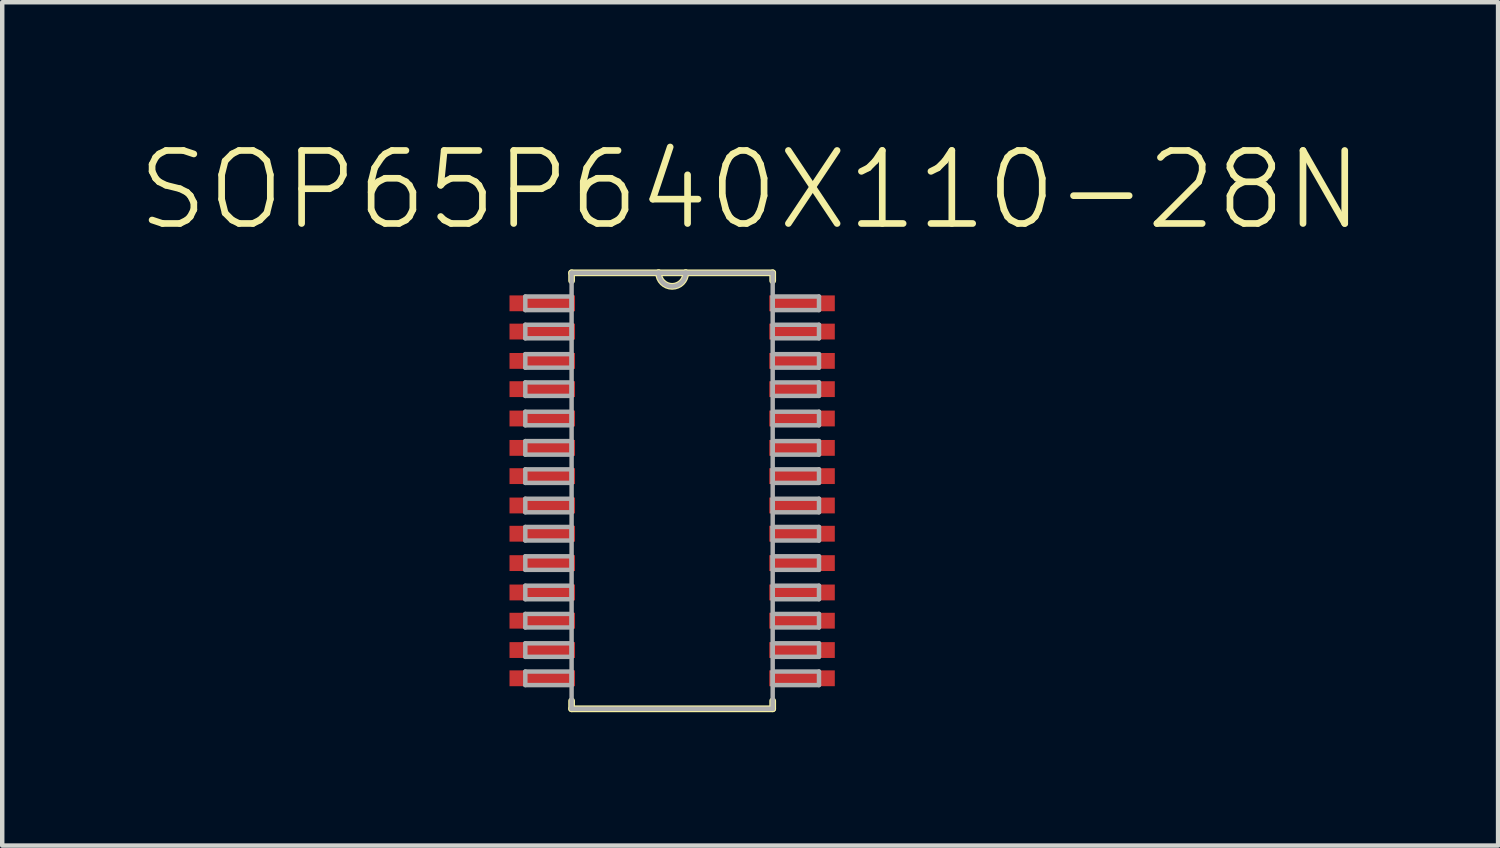
<source format=kicad_pcb>
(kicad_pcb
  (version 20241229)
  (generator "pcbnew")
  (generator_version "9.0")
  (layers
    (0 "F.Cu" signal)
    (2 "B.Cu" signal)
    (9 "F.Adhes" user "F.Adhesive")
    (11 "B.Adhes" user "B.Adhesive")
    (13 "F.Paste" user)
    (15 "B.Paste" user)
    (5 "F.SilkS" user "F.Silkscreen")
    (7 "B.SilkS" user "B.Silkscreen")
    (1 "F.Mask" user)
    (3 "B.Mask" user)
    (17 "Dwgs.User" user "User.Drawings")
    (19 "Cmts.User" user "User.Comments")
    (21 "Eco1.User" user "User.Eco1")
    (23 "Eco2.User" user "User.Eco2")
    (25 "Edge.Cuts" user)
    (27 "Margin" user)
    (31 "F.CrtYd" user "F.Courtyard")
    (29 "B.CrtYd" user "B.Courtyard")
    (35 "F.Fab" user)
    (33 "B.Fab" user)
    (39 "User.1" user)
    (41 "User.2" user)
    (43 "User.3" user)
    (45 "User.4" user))
  (footprint "SOP65P640X110-28N"
    (layer "F.Cu")
    (at 12.065 7.987)
    (property "Reference" "SOP65P640X110-28N" (at 1.754 -6.763 0) (layer "F.SilkS") (effects (font (size 1.642 1.642) (thickness 0.15))))
    (attr smd)
    (fp_line (start -2.261 -4.902) (end -2.261 -4.724) (stroke (width 0.152) (type solid)) (layer "F.SilkS"))
    (fp_line (start -2.261 4.724) (end -2.261 4.902) (stroke (width 0.152) (type solid)) (layer "F.SilkS"))
    (fp_line (start -2.261 4.902) (end 2.261 4.902) (stroke (width 0.152) (type solid)) (layer "F.SilkS"))
    (fp_line (start -0.305 -4.902) (end -2.261 -4.902) (stroke (width 0.152) (type solid)) (layer "F.SilkS"))
    (fp_line (start 0.305 -4.902) (end -0.305 -4.902) (stroke (width 0.152) (type solid)) (layer "F.SilkS"))
    (fp_line (start 2.261 -4.902) (end 0.305 -4.902) (stroke (width 0.152) (type solid)) (layer "F.SilkS"))
    (fp_line (start 2.261 -4.724) (end 2.261 -4.902) (stroke (width 0.152) (type solid)) (layer "F.SilkS"))
    (fp_line (start 2.261 4.902) (end 2.261 4.724) (stroke (width 0.152) (type solid)) (layer "F.SilkS"))
    (fp_arc (start 0.3048 -4.9022) (mid 0 -4.5974) (end -0.3048 -4.9022) (stroke (width 0.1524) (type solid)) (layer "F.SilkS"))
    (fp_line (start -3.302 -4.369) (end -3.302 -4.064) (stroke (width 0.1) (type solid)) (layer "F.Fab"))
    (fp_line (start -3.302 -4.064) (end -2.261 -4.064) (stroke (width 0.1) (type solid)) (layer "F.Fab"))
    (fp_line (start -3.302 -3.734) (end -3.302 -3.429) (stroke (width 0.1) (type solid)) (layer "F.Fab"))
    (fp_line (start -3.302 -3.429) (end -2.261 -3.429) (stroke (width 0.1) (type solid)) (layer "F.Fab"))
    (fp_line (start -3.302 -3.073) (end -3.302 -2.769) (stroke (width 0.1) (type solid)) (layer "F.Fab"))
    (fp_line (start -3.302 -2.769) (end -2.261 -2.769) (stroke (width 0.1) (type solid)) (layer "F.Fab"))
    (fp_line (start -3.302 -2.438) (end -3.302 -2.134) (stroke (width 0.1) (type solid)) (layer "F.Fab"))
    (fp_line (start -3.302 -2.134) (end -2.261 -2.134) (stroke (width 0.1) (type solid)) (layer "F.Fab"))
    (fp_line (start -3.302 -1.778) (end -3.302 -1.473) (stroke (width 0.1) (type solid)) (layer "F.Fab"))
    (fp_line (start -3.302 -1.473) (end -2.261 -1.473) (stroke (width 0.1) (type solid)) (layer "F.Fab"))
    (fp_line (start -3.302 -1.118) (end -3.302 -0.813) (stroke (width 0.1) (type solid)) (layer "F.Fab"))
    (fp_line (start -3.302 -0.813) (end -2.261 -0.813) (stroke (width 0.1) (type solid)) (layer "F.Fab"))
    (fp_line (start -3.302 -0.483) (end -3.302 -0.178) (stroke (width 0.1) (type solid)) (layer "F.Fab"))
    (fp_line (start -3.302 -0.178) (end -2.261 -0.178) (stroke (width 0.1) (type solid)) (layer "F.Fab"))
    (fp_line (start -3.302 0.178) (end -3.302 0.483) (stroke (width 0.1) (type solid)) (layer "F.Fab"))
    (fp_line (start -3.302 0.483) (end -2.261 0.483) (stroke (width 0.1) (type solid)) (layer "F.Fab"))
    (fp_line (start -3.302 0.813) (end -3.302 1.118) (stroke (width 0.1) (type solid)) (layer "F.Fab"))
    (fp_line (start -3.302 1.118) (end -2.261 1.118) (stroke (width 0.1) (type solid)) (layer "F.Fab"))
    (fp_line (start -3.302 1.473) (end -3.302 1.778) (stroke (width 0.1) (type solid)) (layer "F.Fab"))
    (fp_line (start -3.302 1.778) (end -2.261 1.778) (stroke (width 0.1) (type solid)) (layer "F.Fab"))
    (fp_line (start -3.302 2.134) (end -3.302 2.438) (stroke (width 0.1) (type solid)) (layer "F.Fab"))
    (fp_line (start -3.302 2.438) (end -2.261 2.438) (stroke (width 0.1) (type solid)) (layer "F.Fab"))
    (fp_line (start -3.302 2.769) (end -3.302 3.073) (stroke (width 0.1) (type solid)) (layer "F.Fab"))
    (fp_line (start -3.302 3.073) (end -2.261 3.073) (stroke (width 0.1) (type solid)) (layer "F.Fab"))
    (fp_line (start -3.302 3.429) (end -3.302 3.734) (stroke (width 0.1) (type solid)) (layer "F.Fab"))
    (fp_line (start -3.302 3.734) (end -2.261 3.734) (stroke (width 0.1) (type solid)) (layer "F.Fab"))
    (fp_line (start -3.302 4.064) (end -3.302 4.369) (stroke (width 0.1) (type solid)) (layer "F.Fab"))
    (fp_line (start -3.302 4.369) (end -2.261 4.369) (stroke (width 0.1) (type solid)) (layer "F.Fab"))
    (fp_line (start -2.261 -4.902) (end -2.261 4.902) (stroke (width 0.1) (type solid)) (layer "F.Fab"))
    (fp_line (start -2.261 -4.369) (end -3.302 -4.369) (stroke (width 0.1) (type solid)) (layer "F.Fab"))
    (fp_line (start -2.261 -4.064) (end -2.261 -4.369) (stroke (width 0.1) (type solid)) (layer "F.Fab"))
    (fp_line (start -2.261 -3.734) (end -3.302 -3.734) (stroke (width 0.1) (type solid)) (layer "F.Fab"))
    (fp_line (start -2.261 -3.429) (end -2.261 -3.734) (stroke (width 0.1) (type solid)) (layer "F.Fab"))
    (fp_line (start -2.261 -3.073) (end -3.302 -3.073) (stroke (width 0.1) (type solid)) (layer "F.Fab"))
    (fp_line (start -2.261 -2.769) (end -2.261 -3.073) (stroke (width 0.1) (type solid)) (layer "F.Fab"))
    (fp_line (start -2.261 -2.438) (end -3.302 -2.438) (stroke (width 0.1) (type solid)) (layer "F.Fab"))
    (fp_line (start -2.261 -2.134) (end -2.261 -2.438) (stroke (width 0.1) (type solid)) (layer "F.Fab"))
    (fp_line (start -2.261 -1.778) (end -3.302 -1.778) (stroke (width 0.1) (type solid)) (layer "F.Fab"))
    (fp_line (start -2.261 -1.473) (end -2.261 -1.778) (stroke (width 0.1) (type solid)) (layer "F.Fab"))
    (fp_line (start -2.261 -1.118) (end -3.302 -1.118) (stroke (width 0.1) (type solid)) (layer "F.Fab"))
    (fp_line (start -2.261 -0.813) (end -2.261 -1.118) (stroke (width 0.1) (type solid)) (layer "F.Fab"))
    (fp_line (start -2.261 -0.483) (end -3.302 -0.483) (stroke (width 0.1) (type solid)) (layer "F.Fab"))
    (fp_line (start -2.261 -0.178) (end -2.261 -0.483) (stroke (width 0.1) (type solid)) (layer "F.Fab"))
    (fp_line (start -2.261 0.178) (end -3.302 0.178) (stroke (width 0.1) (type solid)) (layer "F.Fab"))
    (fp_line (start -2.261 0.483) (end -2.261 0.178) (stroke (width 0.1) (type solid)) (layer "F.Fab"))
    (fp_line (start -2.261 0.813) (end -3.302 0.813) (stroke (width 0.1) (type solid)) (layer "F.Fab"))
    (fp_line (start -2.261 1.118) (end -2.261 0.813) (stroke (width 0.1) (type solid)) (layer "F.Fab"))
    (fp_line (start -2.261 1.473) (end -3.302 1.473) (stroke (width 0.1) (type solid)) (layer "F.Fab"))
    (fp_line (start -2.261 1.778) (end -2.261 1.473) (stroke (width 0.1) (type solid)) (layer "F.Fab"))
    (fp_line (start -2.261 2.134) (end -3.302 2.134) (stroke (width 0.1) (type solid)) (layer "F.Fab"))
    (fp_line (start -2.261 2.438) (end -2.261 2.134) (stroke (width 0.1) (type solid)) (layer "F.Fab"))
    (fp_line (start -2.261 2.769) (end -3.302 2.769) (stroke (width 0.1) (type solid)) (layer "F.Fab"))
    (fp_line (start -2.261 3.073) (end -2.261 2.769) (stroke (width 0.1) (type solid)) (layer "F.Fab"))
    (fp_line (start -2.261 3.429) (end -3.302 3.429) (stroke (width 0.1) (type solid)) (layer "F.Fab"))
    (fp_line (start -2.261 3.734) (end -2.261 3.429) (stroke (width 0.1) (type solid)) (layer "F.Fab"))
    (fp_line (start -2.261 4.064) (end -3.302 4.064) (stroke (width 0.1) (type solid)) (layer "F.Fab"))
    (fp_line (start -2.261 4.369) (end -2.261 4.064) (stroke (width 0.1) (type solid)) (layer "F.Fab"))
    (fp_line (start -2.261 4.902) (end 2.261 4.902) (stroke (width 0.1) (type solid)) (layer "F.Fab"))
    (fp_line (start -0.305 -4.902) (end -2.261 -4.902) (stroke (width 0.1) (type solid)) (layer "F.Fab"))
    (fp_line (start 0.305 -4.902) (end -0.305 -4.902) (stroke (width 0.1) (type solid)) (layer "F.Fab"))
    (fp_line (start 2.261 -4.902) (end 0.305 -4.902) (stroke (width 0.1) (type solid)) (layer "F.Fab"))
    (fp_line (start 2.261 -4.369) (end 2.261 -4.064) (stroke (width 0.1) (type solid)) (layer "F.Fab"))
    (fp_line (start 2.261 -4.064) (end 3.302 -4.064) (stroke (width 0.1) (type solid)) (layer "F.Fab"))
    (fp_line (start 2.261 -3.734) (end 2.261 -3.429) (stroke (width 0.1) (type solid)) (layer "F.Fab"))
    (fp_line (start 2.261 -3.429) (end 3.302 -3.429) (stroke (width 0.1) (type solid)) (layer "F.Fab"))
    (fp_line (start 2.261 -3.073) (end 2.261 -2.769) (stroke (width 0.1) (type solid)) (layer "F.Fab"))
    (fp_line (start 2.261 -2.769) (end 3.302 -2.769) (stroke (width 0.1) (type solid)) (layer "F.Fab"))
    (fp_line (start 2.261 -2.438) (end 2.261 -2.134) (stroke (width 0.1) (type solid)) (layer "F.Fab"))
    (fp_line (start 2.261 -2.134) (end 3.302 -2.134) (stroke (width 0.1) (type solid)) (layer "F.Fab"))
    (fp_line (start 2.261 -1.778) (end 2.261 -1.473) (stroke (width 0.1) (type solid)) (layer "F.Fab"))
    (fp_line (start 2.261 -1.473) (end 3.302 -1.473) (stroke (width 0.1) (type solid)) (layer "F.Fab"))
    (fp_line (start 2.261 -1.118) (end 2.261 -0.813) (stroke (width 0.1) (type solid)) (layer "F.Fab"))
    (fp_line (start 2.261 -0.813) (end 3.302 -0.813) (stroke (width 0.1) (type solid)) (layer "F.Fab"))
    (fp_line (start 2.261 -0.483) (end 2.261 -0.178) (stroke (width 0.1) (type solid)) (layer "F.Fab"))
    (fp_line (start 2.261 -0.178) (end 3.302 -0.178) (stroke (width 0.1) (type solid)) (layer "F.Fab"))
    (fp_line (start 2.261 0.178) (end 2.261 0.483) (stroke (width 0.1) (type solid)) (layer "F.Fab"))
    (fp_line (start 2.261 0.483) (end 3.302 0.483) (stroke (width 0.1) (type solid)) (layer "F.Fab"))
    (fp_line (start 2.261 0.813) (end 2.261 1.118) (stroke (width 0.1) (type solid)) (layer "F.Fab"))
    (fp_line (start 2.261 1.118) (end 3.302 1.118) (stroke (width 0.1) (type solid)) (layer "F.Fab"))
    (fp_line (start 2.261 1.473) (end 2.261 1.778) (stroke (width 0.1) (type solid)) (layer "F.Fab"))
    (fp_line (start 2.261 1.778) (end 3.302 1.778) (stroke (width 0.1) (type solid)) (layer "F.Fab"))
    (fp_line (start 2.261 2.134) (end 2.261 2.438) (stroke (width 0.1) (type solid)) (layer "F.Fab"))
    (fp_line (start 2.261 2.438) (end 3.302 2.438) (stroke (width 0.1) (type solid)) (layer "F.Fab"))
    (fp_line (start 2.261 2.769) (end 2.261 3.073) (stroke (width 0.1) (type solid)) (layer "F.Fab"))
    (fp_line (start 2.261 3.073) (end 3.302 3.073) (stroke (width 0.1) (type solid)) (layer "F.Fab"))
    (fp_line (start 2.261 3.429) (end 2.261 3.734) (stroke (width 0.1) (type solid)) (layer "F.Fab"))
    (fp_line (start 2.261 3.734) (end 3.302 3.734) (stroke (width 0.1) (type solid)) (layer "F.Fab"))
    (fp_line (start 2.261 4.064) (end 2.261 4.369) (stroke (width 0.1) (type solid)) (layer "F.Fab"))
    (fp_line (start 2.261 4.369) (end 3.302 4.369) (stroke (width 0.1) (type solid)) (layer "F.Fab"))
    (fp_line (start 2.261 4.902) (end 2.261 -4.902) (stroke (width 0.1) (type solid)) (layer "F.Fab"))
    (fp_line (start 3.302 -4.369) (end 2.261 -4.369) (stroke (width 0.1) (type solid)) (layer "F.Fab"))
    (fp_line (start 3.302 -4.064) (end 3.302 -4.369) (stroke (width 0.1) (type solid)) (layer "F.Fab"))
    (fp_line (start 3.302 -3.734) (end 2.261 -3.734) (stroke (width 0.1) (type solid)) (layer "F.Fab"))
    (fp_line (start 3.302 -3.429) (end 3.302 -3.734) (stroke (width 0.1) (type solid)) (layer "F.Fab"))
    (fp_line (start 3.302 -3.073) (end 2.261 -3.073) (stroke (width 0.1) (type solid)) (layer "F.Fab"))
    (fp_line (start 3.302 -2.769) (end 3.302 -3.073) (stroke (width 0.1) (type solid)) (layer "F.Fab"))
    (fp_line (start 3.302 -2.438) (end 2.261 -2.438) (stroke (width 0.1) (type solid)) (layer "F.Fab"))
    (fp_line (start 3.302 -2.134) (end 3.302 -2.438) (stroke (width 0.1) (type solid)) (layer "F.Fab"))
    (fp_line (start 3.302 -1.778) (end 2.261 -1.778) (stroke (width 0.1) (type solid)) (layer "F.Fab"))
    (fp_line (start 3.302 -1.473) (end 3.302 -1.778) (stroke (width 0.1) (type solid)) (layer "F.Fab"))
    (fp_line (start 3.302 -1.118) (end 2.261 -1.118) (stroke (width 0.1) (type solid)) (layer "F.Fab"))
    (fp_line (start 3.302 -0.813) (end 3.302 -1.118) (stroke (width 0.1) (type solid)) (layer "F.Fab"))
    (fp_line (start 3.302 -0.483) (end 2.261 -0.483) (stroke (width 0.1) (type solid)) (layer "F.Fab"))
    (fp_line (start 3.302 -0.178) (end 3.302 -0.483) (stroke (width 0.1) (type solid)) (layer "F.Fab"))
    (fp_line (start 3.302 0.178) (end 2.261 0.178) (stroke (width 0.1) (type solid)) (layer "F.Fab"))
    (fp_line (start 3.302 0.483) (end 3.302 0.178) (stroke (width 0.1) (type solid)) (layer "F.Fab"))
    (fp_line (start 3.302 0.813) (end 2.261 0.813) (stroke (width 0.1) (type solid)) (layer "F.Fab"))
    (fp_line (start 3.302 1.118) (end 3.302 0.813) (stroke (width 0.1) (type solid)) (layer "F.Fab"))
    (fp_line (start 3.302 1.473) (end 2.261 1.473) (stroke (width 0.1) (type solid)) (layer "F.Fab"))
    (fp_line (start 3.302 1.778) (end 3.302 1.473) (stroke (width 0.1) (type solid)) (layer "F.Fab"))
    (fp_line (start 3.302 2.134) (end 2.261 2.134) (stroke (width 0.1) (type solid)) (layer "F.Fab"))
    (fp_line (start 3.302 2.438) (end 3.302 2.134) (stroke (width 0.1) (type solid)) (layer "F.Fab"))
    (fp_line (start 3.302 2.769) (end 2.261 2.769) (stroke (width 0.1) (type solid)) (layer "F.Fab"))
    (fp_line (start 3.302 3.073) (end 3.302 2.769) (stroke (width 0.1) (type solid)) (layer "F.Fab"))
    (fp_line (start 3.302 3.429) (end 2.261 3.429) (stroke (width 0.1) (type solid)) (layer "F.Fab"))
    (fp_line (start 3.302 3.734) (end 3.302 3.429) (stroke (width 0.1) (type solid)) (layer "F.Fab"))
    (fp_line (start 3.302 4.064) (end 2.261 4.064) (stroke (width 0.1) (type solid)) (layer "F.Fab"))
    (fp_line (start 3.302 4.369) (end 3.302 4.064) (stroke (width 0.1) (type solid)) (layer "F.Fab"))
    (fp_arc (start 0.3048 -4.9022) (mid 0 -4.5974) (end -0.3048 -4.9022) (stroke (width 0.1) (type solid)) (layer "F.Fab"))
    (pad "1" smd rect (at -2.921 -4.216) (size 1.473 0.356) (layers "F.Cu" "F.Mask" "F.Paste"))
    (pad "2" smd rect (at -2.921 -3.581) (size 1.473 0.356) (layers "F.Cu" "F.Mask" "F.Paste"))
    (pad "3" smd rect (at -2.921 -2.921) (size 1.473 0.356) (layers "F.Cu" "F.Mask" "F.Paste"))
    (pad "4" smd rect (at -2.921 -2.286) (size 1.473 0.356) (layers "F.Cu" "F.Mask" "F.Paste"))
    (pad "5" smd rect (at -2.921 -1.626) (size 1.473 0.356) (layers "F.Cu" "F.Mask" "F.Paste"))
    (pad "6" smd rect (at -2.921 -0.965) (size 1.473 0.356) (layers "F.Cu" "F.Mask" "F.Paste"))
    (pad "7" smd rect (at -2.921 -0.33) (size 1.473 0.356) (layers "F.Cu" "F.Mask" "F.Paste"))
    (pad "8" smd rect (at -2.921 0.33) (size 1.473 0.356) (layers "F.Cu" "F.Mask" "F.Paste"))
    (pad "9" smd rect (at -2.921 0.965) (size 1.473 0.356) (layers "F.Cu" "F.Mask" "F.Paste"))
    (pad "10" smd rect (at -2.921 1.626) (size 1.473 0.356) (layers "F.Cu" "F.Mask" "F.Paste"))
    (pad "11" smd rect (at -2.921 2.286) (size 1.473 0.356) (layers "F.Cu" "F.Mask" "F.Paste"))
    (pad "12" smd rect (at -2.921 2.921) (size 1.473 0.356) (layers "F.Cu" "F.Mask" "F.Paste"))
    (pad "13" smd rect (at -2.921 3.581) (size 1.473 0.356) (layers "F.Cu" "F.Mask" "F.Paste"))
    (pad "14" smd rect (at -2.921 4.216) (size 1.473 0.356) (layers "F.Cu" "F.Mask" "F.Paste"))
    (pad "15" smd rect (at 2.921 4.216) (size 1.473 0.356) (layers "F.Cu" "F.Mask" "F.Paste"))
    (pad "16" smd rect (at 2.921 3.581) (size 1.473 0.356) (layers "F.Cu" "F.Mask" "F.Paste"))
    (pad "17" smd rect (at 2.921 2.921) (size 1.473 0.356) (layers "F.Cu" "F.Mask" "F.Paste"))
    (pad "18" smd rect (at 2.921 2.286) (size 1.473 0.356) (layers "F.Cu" "F.Mask" "F.Paste"))
    (pad "19" smd rect (at 2.921 1.626) (size 1.473 0.356) (layers "F.Cu" "F.Mask" "F.Paste"))
    (pad "20" smd rect (at 2.921 0.965) (size 1.473 0.356) (layers "F.Cu" "F.Mask" "F.Paste"))
    (pad "21" smd rect (at 2.921 0.33) (size 1.473 0.356) (layers "F.Cu" "F.Mask" "F.Paste"))
    (pad "22" smd rect (at 2.921 -0.33) (size 1.473 0.356) (layers "F.Cu" "F.Mask" "F.Paste"))
    (pad "23" smd rect (at 2.921 -0.965) (size 1.473 0.356) (layers "F.Cu" "F.Mask" "F.Paste"))
    (pad "24" smd rect (at 2.921 -1.626) (size 1.473 0.356) (layers "F.Cu" "F.Mask" "F.Paste"))
    (pad "25" smd rect (at 2.921 -2.286) (size 1.473 0.356) (layers "F.Cu" "F.Mask" "F.Paste"))
    (pad "26" smd rect (at 2.921 -2.921) (size 1.473 0.356) (layers "F.Cu" "F.Mask" "F.Paste"))
    (pad "27" smd rect (at 2.921 -3.581) (size 1.473 0.356) (layers "F.Cu" "F.Mask" "F.Paste"))
    (pad "28" smd rect (at 2.921 -4.216) (size 1.473 0.356) (layers "F.Cu" "F.Mask" "F.Paste")))
  (gr_rect
    (start -3 -3)
    (end 30.638 15.965)
    (stroke (width 0.1) (type default))
    (fill no)
    (layer "Edge.Cuts")))
</source>
